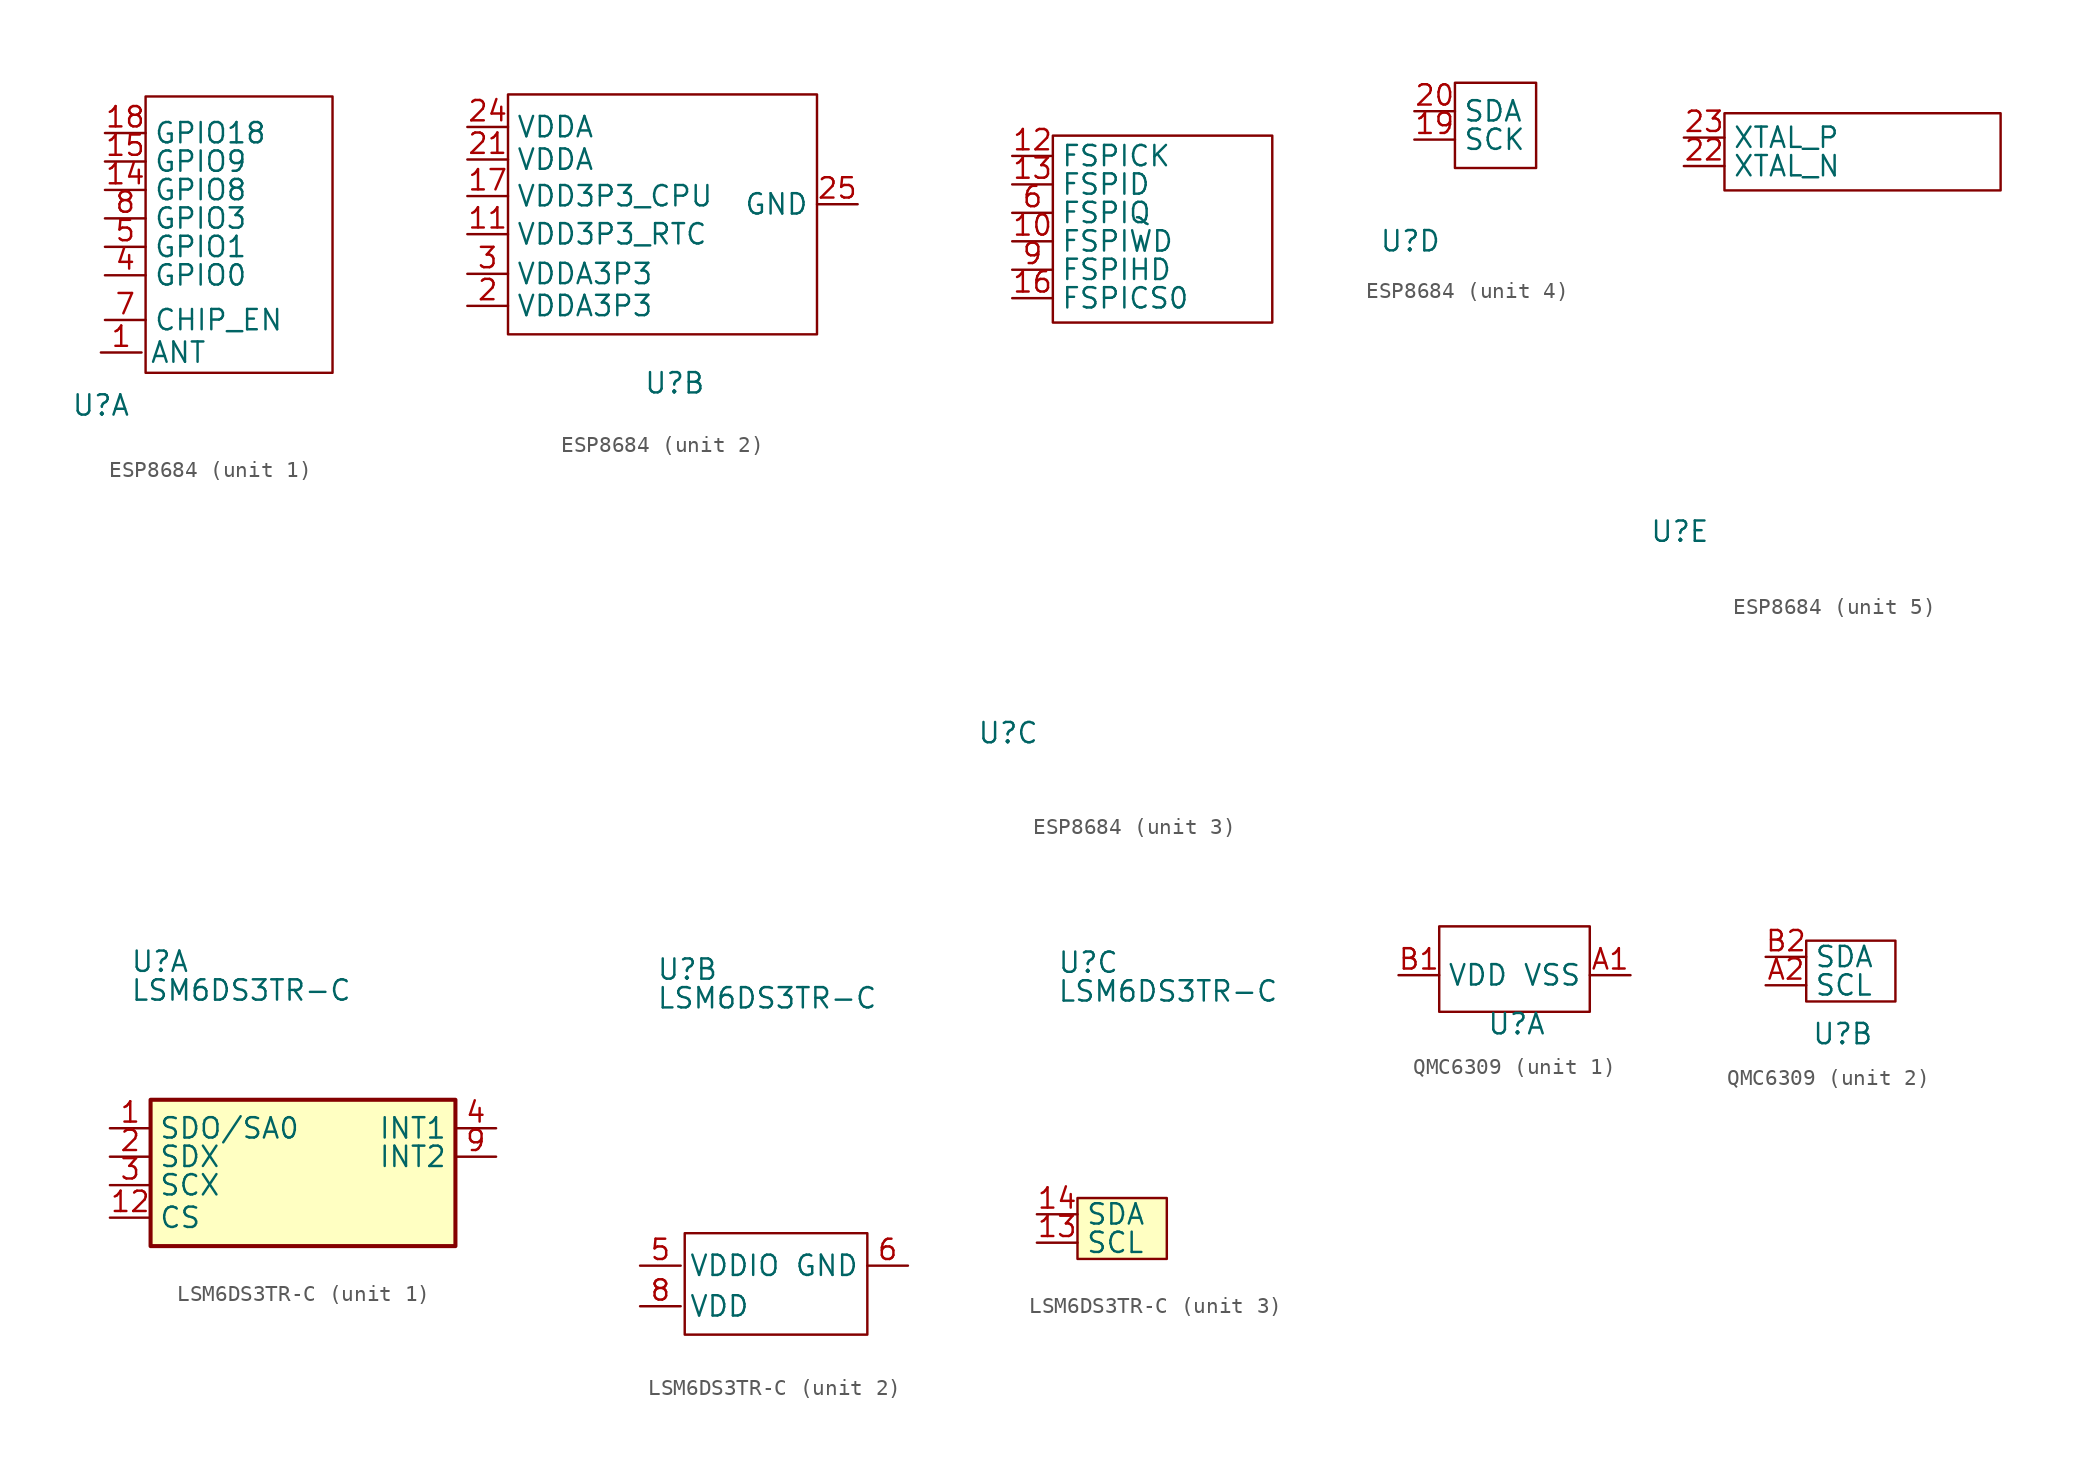
<source format=kicad_sym>
(kicad_symbol_lib
  (version 20241209)
  (generator "kicad_symbol_editor")
  (generator_version "9.0")
  (symbol "ESP8684"
    (pin_names
      (offset 0.5))
    (property "Reference" "U"
      (at 0 0 0)
      (effects (font (size 1.27 1.27))))
    (property "Value" ""
      (at 0 0 0)
      (effects (font (size 1.27 1.27))))
    (property "ki_locked" ""
      (at 0 0 0)
      (effects (font (size 1.27 1.27))))
    (symbol "ESP8684_1_0"
      (pin bidirectional line (at 0 3.302 0) (length 2.54) (name "ANT" (effects (font (size 1.27 1.27)))) (number "1" (effects (font (size 1.27 1.27)))))
      (pin bidirectional line (at 0.254 17.018 0) (length 2.54) (name "GPIO18" (effects (font (size 1.27 1.27)))) (number "18" (effects (font (size 1.27 1.27)))))
      (pin bidirectional line (at 0.254 15.24 0) (length 2.54) (name "GPIO9" (effects (font (size 1.27 1.27)))) (number "15" (effects (font (size 1.27 1.27)))))
      (pin bidirectional line (at 0.254 13.462 0) (length 2.54) (name "GPIO8" (effects (font (size 1.27 1.27)))) (number "14" (effects (font (size 1.27 1.27)))))
      (pin bidirectional line (at 0.254 11.684 0) (length 2.54) (name "GPIO3" (effects (font (size 1.27 1.27)))) (number "8" (effects (font (size 1.27 1.27)))))
      (pin bidirectional line (at 0.254 9.906 0) (length 2.54) (name "GPIO1" (effects (font (size 1.27 1.27)))) (number "5" (effects (font (size 1.27 1.27)))))
      (pin bidirectional line (at 0.254 8.128 0) (length 2.54) (name "GPIO0" (effects (font (size 1.27 1.27)))) (number "4" (effects (font (size 1.27 1.27)))))
      (pin bidirectional line (at 0.254 5.334 0) (length 2.54) (name "CHIP_EN" (effects (font (size 1.27 1.27)))) (number "7" (effects (font (size 1.27 1.27))))))
    (symbol "ESP8684_1_1"
      (rectangle (start 2.794 19.304) (end 14.478 2.032) (stroke (width 0) (type default)) (fill (type none))))
    (symbol "ESP8684_2_0"
      (pin bidirectional line (at -12.954 16.002 0) (length 2.54) (name "VDDA" (effects (font (size 1.27 1.27)))) (number "24" (effects (font (size 1.27 1.27)))))
      (pin bidirectional line (at -12.954 13.97 0) (length 2.54) (name "VDDA" (effects (font (size 1.27 1.27)))) (number "21" (effects (font (size 1.27 1.27)))))
      (pin bidirectional line (at -12.954 11.686 0) (length 2.54) (name "VDD3P3_CPU" (effects (font (size 1.27 1.27)))) (number "17" (effects (font (size 1.27 1.27)))))
      (pin bidirectional line (at -12.954 9.306 0) (length 2.54) (name "VDD3P3_RTC" (effects (font (size 1.27 1.27)))) (number "11" (effects (font (size 1.27 1.27)))))
      (pin bidirectional line (at -12.954 6.826 0) (length 2.54) (name "VDDA3P3" (effects (font (size 1.27 1.27)))) (number "3" (effects (font (size 1.27 1.27)))))
      (pin bidirectional line (at -12.954 4.826 0) (length 2.54) (name "VDDA3P3" (effects (font (size 1.27 1.27)))) (number "2" (effects (font (size 1.27 1.27)))))
      (pin power_out line (at 11.43 11.176 180) (length 2.54) (name "GND" (effects (font (size 1.27 1.27)))) (number "25" (effects (font (size 1.27 1.27))))))
    (symbol "ESP8684_2_1"
      (rectangle (start -10.414 18.034) (end 8.89 3.048) (stroke (width 0) (type default)) (fill (type none))))
    (symbol "ESP8684_3_0"
      (pin bidirectional line (at 0.254 36.068 0) (length 2.54) (name "FSPICK" (effects (font (size 1.27 1.27)))) (number "12" (effects (font (size 1.27 1.27)))))
      (pin bidirectional line (at 0.254 34.29 0) (length 2.54) (name "FSPID" (effects (font (size 1.27 1.27)))) (number "13" (effects (font (size 1.27 1.27)))))
      (pin bidirectional line (at 0.254 32.512 0) (length 2.54) (name "FSPIQ" (effects (font (size 1.27 1.27)))) (number "6" (effects (font (size 1.27 1.27)))))
      (pin bidirectional line (at 0.254 30.734 0) (length 2.54) (name "FSPIWD" (effects (font (size 1.27 1.27)))) (number "10" (effects (font (size 1.27 1.27)))))
      (pin bidirectional line (at 0.254 28.956 0) (length 2.54) (name "FSPIHD" (effects (font (size 1.27 1.27)))) (number "9" (effects (font (size 1.27 1.27)))))
      (pin bidirectional line (at 0.254 27.178 0) (length 2.54) (name "FSPICS0" (effects (font (size 1.27 1.27)))) (number "16" (effects (font (size 1.27 1.27))))))
    (symbol "ESP8684_3_1"
      (rectangle (start 2.794 37.338) (end 16.51 25.654) (stroke (width 0) (type default)) (fill (type none))))
    (symbol "ESP8684_4_0"
      (pin bidirectional line (at 0.254 8.128 0) (length 2.54) (name "SDA" (effects (font (size 1.27 1.27)))) (number "20" (effects (font (size 1.27 1.27)))))
      (pin bidirectional line (at 0.254 6.35 0) (length 2.54) (name "SCK" (effects (font (size 1.27 1.27)))) (number "19" (effects (font (size 1.27 1.27))))))
    (symbol "ESP8684_4_1"
      (rectangle (start 2.794 9.906) (end 7.874 4.572) (stroke (width 0) (type default)) (fill (type none))))
    (symbol "ESP8684_5_0"
      (pin bidirectional line (at 0.254 24.638 0) (length 2.54) (name "XTAL_P" (effects (font (size 1.27 1.27)))) (number "23" (effects (font (size 1.27 1.27)))))
      (pin bidirectional line (at 0.254 22.86 0) (length 2.54) (name "XTAL_N" (effects (font (size 1.27 1.27)))) (number "22" (effects (font (size 1.27 1.27))))))
    (symbol "ESP8684_5_1"
      (rectangle (start 2.794 26.162) (end 20.066 21.336) (stroke (width 0) (type default)) (fill (type none)))))
  (symbol "LSM6DS3TR-C"
    (property "Reference" "U"
      (at -11.43 15.24 0)
      (effects (font (size 1.27 1.27)) (justify left)))
    (property "Value" "LSM6DS3TR-C"
      (at -11.43 12.7 0)
      (effects (font (size 1.27 1.27)) (justify left bottom)))
    (property "ki_locked" ""
      (at 0 0 0)
      (effects (font (size 1.27 1.27))))
    (symbol "LSM6DS3TR-C_1_1"
      (rectangle (start -10.16 6.604) (end 8.89 -2.54) (stroke (width 0.254) (type solid)) (fill (type background)))
      (pin bidirectional line (at -12.7 4.826 0) (length 2.54) (name "SDO/SA0" (effects (font (size 1.27 1.27)))) (number "1" (effects (font (size 1.27 1.27)))))
      (pin bidirectional line (at -12.7 3.048 0) (length 2.54) (name "SDX" (effects (font (size 1.27 1.27)))) (number "2" (effects (font (size 1.27 1.27)))))
      (pin input line (at -12.7 1.27 0) (length 2.54) (name "SCX" (effects (font (size 1.27 1.27)))) (number "3" (effects (font (size 1.27 1.27)))))
      (pin input line (at -12.7 -0.762 0) (length 2.54) (name "CS" (effects (font (size 1.27 1.27)))) (number "12" (effects (font (size 1.27 1.27)))))
      (pin output line (at 11.43 4.826 180) (length 2.54) (name "INT1" (effects (font (size 1.27 1.27)))) (number "4" (effects (font (size 1.27 1.27)))))
      (pin output line (at 11.43 3.048 180) (length 2.54) (name "INT2" (effects (font (size 1.27 1.27)))) (number "9" (effects (font (size 1.27 1.27))))))
    (symbol "LSM6DS3TR-C_2_1"
      (rectangle (start -9.652 -1.27) (end 1.778 -7.62) (stroke (width 0) (type default)) (fill (type none)))
      (pin power_in line (at -12.446 -3.302 0) (length 2.54) (name "VDDIO" (effects (font (size 1.27 1.27)))) (number "5" (effects (font (size 1.27 1.27)))))
      (pin power_in line (at -12.446 -5.842 0) (length 2.54) (name "VDD" (effects (font (size 1.27 1.27)))) (number "8" (effects (font (size 1.27 1.27)))))
      (pin power_in line (at 4.318 -3.302 180) (length 2.54) (name "GND" (effects (font (size 1.27 1.27)))) (number "6" (effects (font (size 1.27 1.27)))))
      (pin passive line (at 4.318 -6.096 180) (length 2.54) (hide yes) (name "GND" (effects (font (size 1.27 1.27)))) (number "7" (effects (font (size 1.27 1.27))))))
    (symbol "LSM6DS3TR-C_3_1"
      (rectangle (start -10.16 0.508) (end -4.572 -3.302) (stroke (width 0) (type solid)) (fill (type background)))
      (pin bidirectional line (at -12.7 -0.508 0) (length 2.54) (name "SDA" (effects (font (size 1.27 1.27)))) (number "14" (effects (font (size 1.27 1.27)))))
      (pin input line (at -12.7 -2.286 0) (length 2.54) (name "SCL" (effects (font (size 1.27 1.27)))) (number "13" (effects (font (size 1.27 1.27)))))))
  (symbol "QMC6309"
    (pin_names
      (offset 0.5))
    (property "Reference" "U"
      (at 0 0 0)
      (effects (font (size 1.27 1.27))))
    (property "Value" ""
      (at 0 0 0)
      (effects (font (size 1.27 1.27))))
    (property "ki_locked" ""
      (at 0 0 0)
      (effects (font (size 1.27 1.27))))
    (symbol "QMC6309_1_1"
      (rectangle (start -4.826 6.096) (end 4.572 0.762) (stroke (width 0) (type default)) (fill (type none)))
      (pin power_in line (at -7.366 3.048 0) (length 2.54) (name "VDD" (effects (font (size 1.27 1.27)))) (number "B1" (effects (font (size 1.27 1.27)))))
      (pin power_out line (at 7.112 3.048 180) (length 2.54) (name "VSS" (effects (font (size 1.27 1.27)))) (number "A1" (effects (font (size 1.27 1.27))))))
    (symbol "QMC6309_2_1"
      (rectangle (start -2.286 5.842) (end 3.302 2.032) (stroke (width 0) (type default)) (fill (type none)))
      (pin input line (at -4.826 4.826 0) (length 2.54) (name "SDA" (effects (font (size 1.27 1.27)))) (number "B2" (effects (font (size 1.27 1.27)))))
      (pin input line (at -4.826 3.048 0) (length 2.54) (name "SCL" (effects (font (size 1.27 1.27)))) (number "A2" (effects (font (size 1.27 1.27))))))))
</source>
